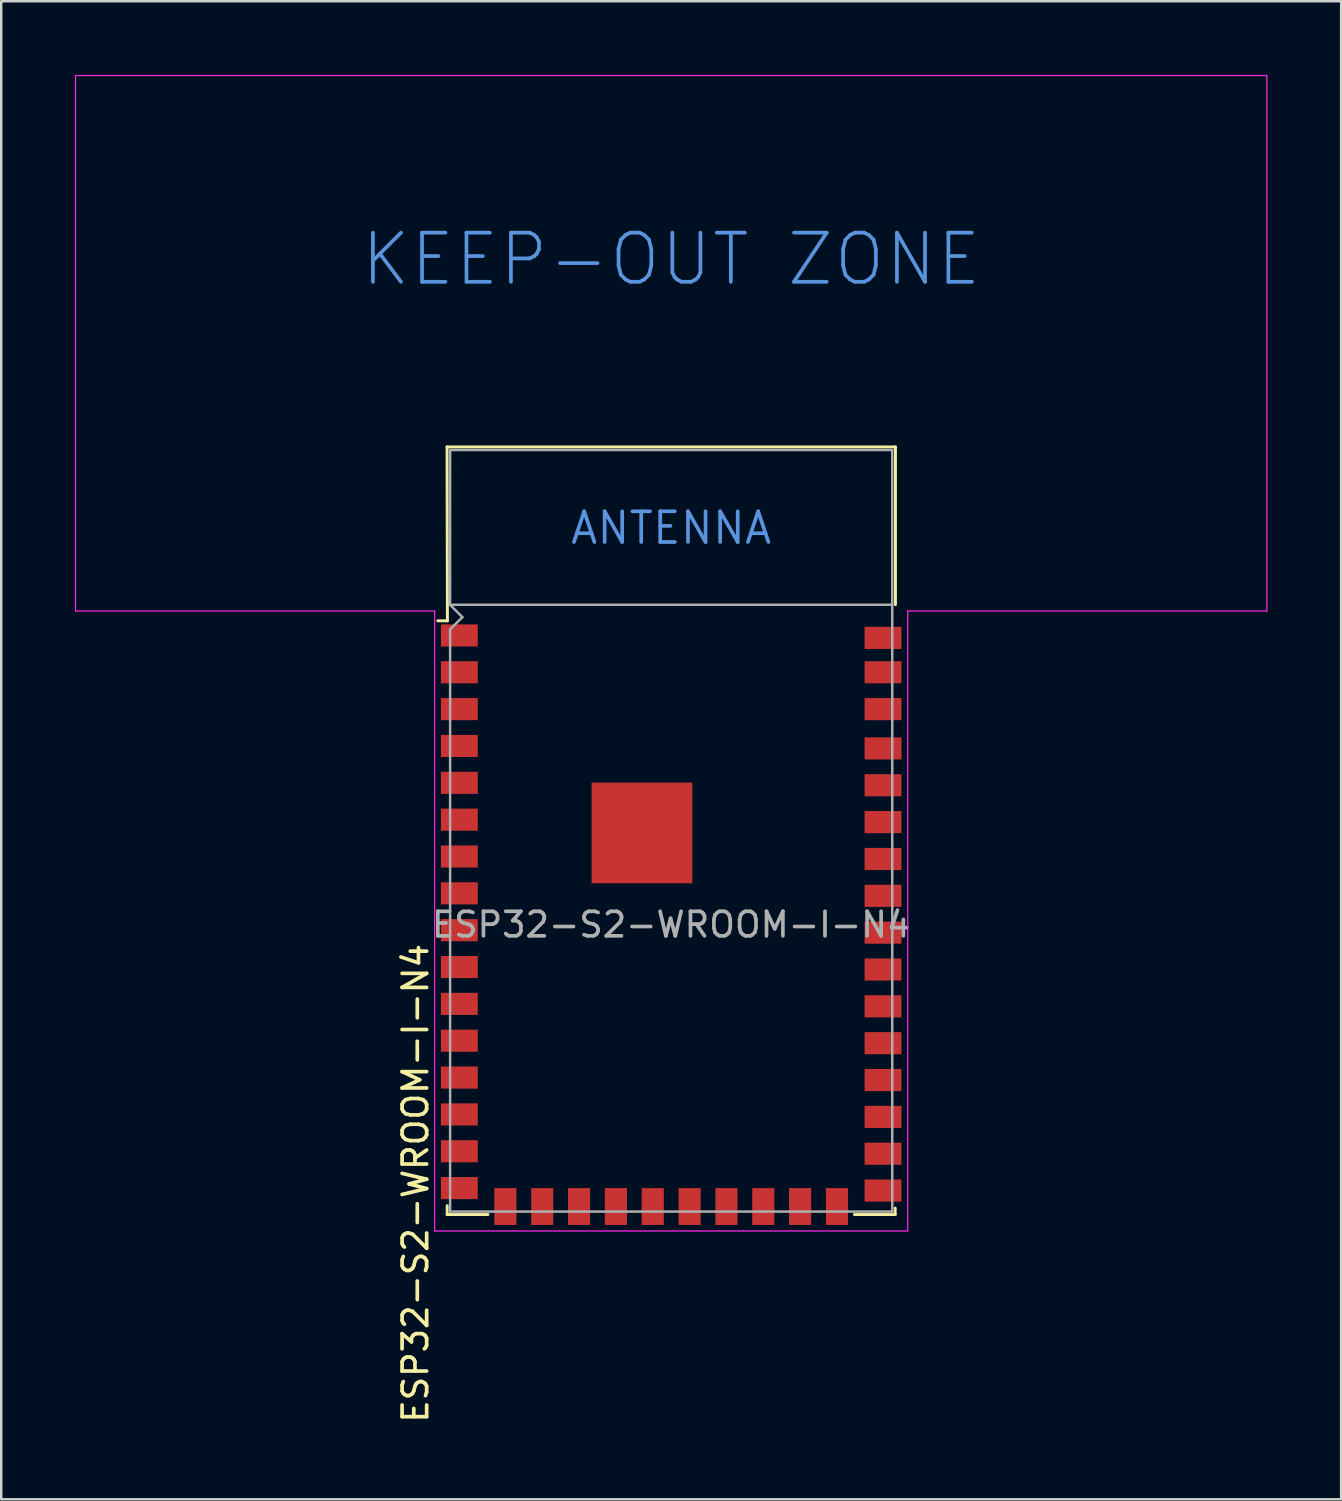
<source format=kicad_pcb>
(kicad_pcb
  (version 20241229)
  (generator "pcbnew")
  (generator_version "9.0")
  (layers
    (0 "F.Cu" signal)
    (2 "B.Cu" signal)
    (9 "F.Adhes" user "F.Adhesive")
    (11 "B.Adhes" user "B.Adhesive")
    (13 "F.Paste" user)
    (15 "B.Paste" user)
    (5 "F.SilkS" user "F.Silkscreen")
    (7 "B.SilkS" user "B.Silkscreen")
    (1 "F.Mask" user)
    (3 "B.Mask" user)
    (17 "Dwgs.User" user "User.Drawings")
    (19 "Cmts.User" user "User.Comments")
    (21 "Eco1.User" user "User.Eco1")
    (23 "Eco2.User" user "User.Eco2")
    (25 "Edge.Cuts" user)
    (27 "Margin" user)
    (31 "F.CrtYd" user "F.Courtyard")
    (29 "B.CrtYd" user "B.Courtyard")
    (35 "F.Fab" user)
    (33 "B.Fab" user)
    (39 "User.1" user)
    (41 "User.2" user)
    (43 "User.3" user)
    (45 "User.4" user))
  (footprint "ESP32-S2-WROOM-I-N4"
    (layer "F.Cu")
    (at 24.275 34.595)
    (property "Reference" "ESP32-S2-WROOM-I-N4" (at -10.41 10.53 90) (layer "F.SilkS") (effects (font (size 1 1) (thickness 0.15))))
    (attr smd)
    (fp_line (start -9.125 -19.45) (end 9.13 -19.45) (stroke (width 0.12) (type solid)) (layer "F.SilkS"))
    (fp_line (start -9.12 11.44) (end -9.12 11.8) (stroke (width 0.12) (type solid)) (layer "F.SilkS"))
    (fp_line (start -9.12 11.8) (end -7.46 11.8) (stroke (width 0.12) (type solid)) (layer "F.SilkS"))
    (fp_line (start -9.11 -12.37) (end -9.5 -12.37) (stroke (width 0.12) (type solid)) (layer "F.SilkS"))
    (fp_line (start -9.11 -12.37) (end -9.125 -19.45) (stroke (width 0.12) (type solid)) (layer "F.SilkS"))
    (fp_line (start 9.12 11.54) (end 9.12 11.8) (stroke (width 0.12) (type solid)) (layer "F.SilkS"))
    (fp_line (start 9.12 11.8) (end 7.46 11.8) (stroke (width 0.12) (type solid)) (layer "F.SilkS"))
    (fp_line (start 9.13 -13.03) (end 9.13 -19.45) (stroke (width 0.12) (type solid)) (layer "F.SilkS"))
    (fp_line (start -24.25 -34.57) (end -24.25 -12.77) (stroke (width 0.05) (type solid)) (layer "F.CrtYd"))
    (fp_line (start -24.25 -12.77) (end -9.63 -12.77) (stroke (width 0.05) (type solid)) (layer "F.CrtYd"))
    (fp_line (start -9.63 -12.77) (end -9.63 12.47) (stroke (width 0.05) (type solid)) (layer "F.CrtYd"))
    (fp_line (start -9.63 12.47) (end 9.63 12.47) (stroke (width 0.05) (type solid)) (layer "F.CrtYd"))
    (fp_line (start 9.63 -12.77) (end 24.25 -12.77) (stroke (width 0.05) (type solid)) (layer "F.CrtYd"))
    (fp_line (start 9.63 12.47) (end 9.63 -12.77) (stroke (width 0.05) (type solid)) (layer "F.CrtYd"))
    (fp_line (start 24.25 -34.57) (end -24.25 -34.57) (stroke (width 0.05) (type solid)) (layer "F.CrtYd"))
    (fp_line (start 24.25 -12.77) (end 24.25 -34.57) (stroke (width 0.05) (type solid)) (layer "F.CrtYd"))
    (fp_line (start -9 -19.323) (end 9 -19.323) (stroke (width 0.1) (type solid)) (layer "F.Fab"))
    (fp_line (start -9 -19.32) (end -9 -13.02) (stroke (width 0.1) (type solid)) (layer "F.Fab"))
    (fp_line (start -9 -12.02) (end -9 11.68) (stroke (width 0.1) (type solid)) (layer "F.Fab"))
    (fp_line (start -9 -12.02) (end -8.5 -12.52) (stroke (width 0.1) (type solid)) (layer "F.Fab"))
    (fp_line (start -9 11.68) (end 9 11.68) (stroke (width 0.1) (type solid)) (layer "F.Fab"))
    (fp_line (start -8.5 -12.52) (end -9 -13.02) (stroke (width 0.1) (type solid)) (layer "F.Fab"))
    (fp_line (start 9 -19.32) (end 9 11.68) (stroke (width 0.1) (type solid)) (layer "F.Fab"))
    (fp_line (start 9 -13.023) (end -9 -13.023) (stroke (width 0.1) (type solid)) (layer "F.Fab"))
    (fp_text user "KEEP-OUT ZONE" (at 0 -27.09 0) (layer "Cmts.User") (effects (font (size 2 2) (thickness 0.15))))
    (fp_text user "ANTENNA" (at 0 -16.15 0) (layer "Cmts.User") (effects (font (size 1.25 1.25) (thickness 0.15))))
    (fp_text user "${REFERENCE}" (at 0 0 0) (layer "F.Fab") (effects (font (size 1 1) (thickness 0.15))))
    (pad "1" smd rect (at -8.625 -11.775) (size 1.5 0.9) (layers "F.Cu" "F.Mask" "F.Paste"))
    (pad "2" smd rect (at -8.625 -10.275) (size 1.5 0.9) (layers "F.Cu" "F.Mask" "F.Paste"))
    (pad "3" smd rect (at -8.625 -8.775) (size 1.5 0.9) (layers "F.Cu" "F.Mask" "F.Paste"))
    (pad "4" smd rect (at -8.625 -7.275) (size 1.5 0.9) (layers "F.Cu" "F.Mask" "F.Paste"))
    (pad "5" smd rect (at -8.625 -5.775) (size 1.5 0.9) (layers "F.Cu" "F.Mask" "F.Paste"))
    (pad "6" smd rect (at -8.625 -4.275) (size 1.5 0.9) (layers "F.Cu" "F.Mask" "F.Paste"))
    (pad "7" smd rect (at -8.625 -2.775) (size 1.5 0.9) (layers "F.Cu" "F.Mask" "F.Paste"))
    (pad "8" smd rect (at -8.625 -1.275) (size 1.5 0.9) (layers "F.Cu" "F.Mask" "F.Paste"))
    (pad "9" smd rect (at -8.625 0.225) (size 1.5 0.9) (layers "F.Cu" "F.Mask" "F.Paste"))
    (pad "10" smd rect (at -8.625 1.725) (size 1.5 0.9) (layers "F.Cu" "F.Mask" "F.Paste"))
    (pad "11" smd rect (at -8.625 3.225) (size 1.5 0.9) (layers "F.Cu" "F.Mask" "F.Paste"))
    (pad "12" smd rect (at -8.625 4.725) (size 1.5 0.9) (layers "F.Cu" "F.Mask" "F.Paste"))
    (pad "13" smd rect (at -8.625 6.225) (size 1.5 0.9) (layers "F.Cu" "F.Mask" "F.Paste"))
    (pad "14" smd rect (at -8.625 7.725) (size 1.5 0.9) (layers "F.Cu" "F.Mask" "F.Paste"))
    (pad "15" smd rect (at -8.625 9.225 180) (size 1.5 0.9) (layers "F.Cu" "F.Mask" "F.Paste"))
    (pad "16" smd rect (at -8.625 10.725 180) (size 1.5 0.9) (layers "F.Cu" "F.Mask" "F.Paste"))
    (pad "17" smd rect (at -6.75 11.475) (size 0.9 1.5) (layers "F.Cu" "F.Mask" "F.Paste"))
    (pad "18" smd rect (at -5.25 11.475) (size 0.9 1.5) (layers "F.Cu" "F.Mask" "F.Paste"))
    (pad "19" smd rect (at -3.75 11.475) (size 0.9 1.5) (layers "F.Cu" "F.Mask" "F.Paste"))
    (pad "20" smd rect (at -2.25 11.475) (size 0.9 1.5) (layers "F.Cu" "F.Mask" "F.Paste"))
    (pad "21" smd rect (at -0.75 11.475) (size 0.9 1.5) (layers "F.Cu" "F.Mask" "F.Paste"))
    (pad "22" smd rect (at 0.75 11.475) (size 0.9 1.5) (layers "F.Cu" "F.Mask" "F.Paste"))
    (pad "23" smd rect (at 2.25 11.475) (size 0.9 1.5) (layers "F.Cu" "F.Mask" "F.Paste"))
    (pad "24" smd rect (at 3.75 11.475) (size 0.9 1.5) (layers "F.Cu" "F.Mask" "F.Paste"))
    (pad "25" smd rect (at 5.25 11.475) (size 0.9 1.5) (layers "F.Cu" "F.Mask" "F.Paste"))
    (pad "26" smd rect (at 6.75 11.475) (size 0.9 1.5) (layers "F.Cu" "F.Mask" "F.Paste"))
    (pad "27" smd rect (at 8.625 10.825) (size 1.5 0.9) (layers "F.Cu" "F.Mask" "F.Paste"))
    (pad "28" smd rect (at 8.625 9.325) (size 1.5 0.9) (layers "F.Cu" "F.Mask" "F.Paste"))
    (pad "29" smd rect (at 8.625 7.825) (size 1.5 0.9) (layers "F.Cu" "F.Mask" "F.Paste"))
    (pad "30" smd rect (at 8.625 6.325) (size 1.5 0.9) (layers "F.Cu" "F.Mask" "F.Paste"))
    (pad "31" smd rect (at 8.625 4.825) (size 1.5 0.9) (layers "F.Cu" "F.Mask" "F.Paste"))
    (pad "32" smd rect (at 8.625 3.325) (size 1.5 0.9) (layers "F.Cu" "F.Mask" "F.Paste"))
    (pad "33" smd rect (at 8.625 1.825) (size 1.5 0.9) (layers "F.Cu" "F.Mask" "F.Paste"))
    (pad "34" smd rect (at 8.625 0.325) (size 1.5 0.9) (layers "F.Cu" "F.Mask" "F.Paste"))
    (pad "35" smd rect (at 8.625 -1.175) (size 1.5 0.9) (layers "F.Cu" "F.Mask" "F.Paste"))
    (pad "36" smd rect (at 8.625 -2.675) (size 1.5 0.9) (layers "F.Cu" "F.Mask" "F.Paste"))
    (pad "37" smd rect (at 8.625 -4.175) (size 1.5 0.9) (layers "F.Cu" "F.Mask" "F.Paste"))
    (pad "38" smd rect (at 8.625 -5.675) (size 1.5 0.9) (layers "F.Cu" "F.Mask" "F.Paste"))
    (pad "39" smd rect (at 8.625 -7.175) (size 1.5 0.9) (layers "F.Cu" "F.Mask" "F.Paste"))
    (pad "40" smd rect (at 8.625 -8.775) (size 1.5 0.9) (layers "F.Cu" "F.Mask" "F.Paste"))
    (pad "41" smd rect (at 8.625 -10.275) (size 1.5 0.9) (layers "F.Cu" "F.Mask" "F.Paste"))
    (pad "42" smd rect (at 8.625 -11.675) (size 1.5 0.9) (layers "F.Cu" "F.Mask" "F.Paste"))
    (pad "43" smd rect (at -1.19 -3.735) (size 4.1 4.1) (layers "F.Cu" "F.Mask" "F.Paste"))
    (zone (net_name "") (layers "F.Cu" "B.Cu") (hatch full 0.508) (connect_pads) (min_thickness 0.254) (filled_areas_thickness no) (keepout (tracks not_allowed) (vias not_allowed) (pads not_allowed) (copperpour not_allowed) (footprints not_allowed)) (placement (enabled no)) (fill) (polygon (pts (xy 0.275 21.572) (xy 48.275 21.572) (xy 48.275 0.272) (xy 0.275 0.272)))))
  (gr_rect
    (start -3 -3)
    (end 51.55 57.988)
    (stroke (width 0.1) (type default))
    (fill no)
    (layer "Edge.Cuts")))
</source>
